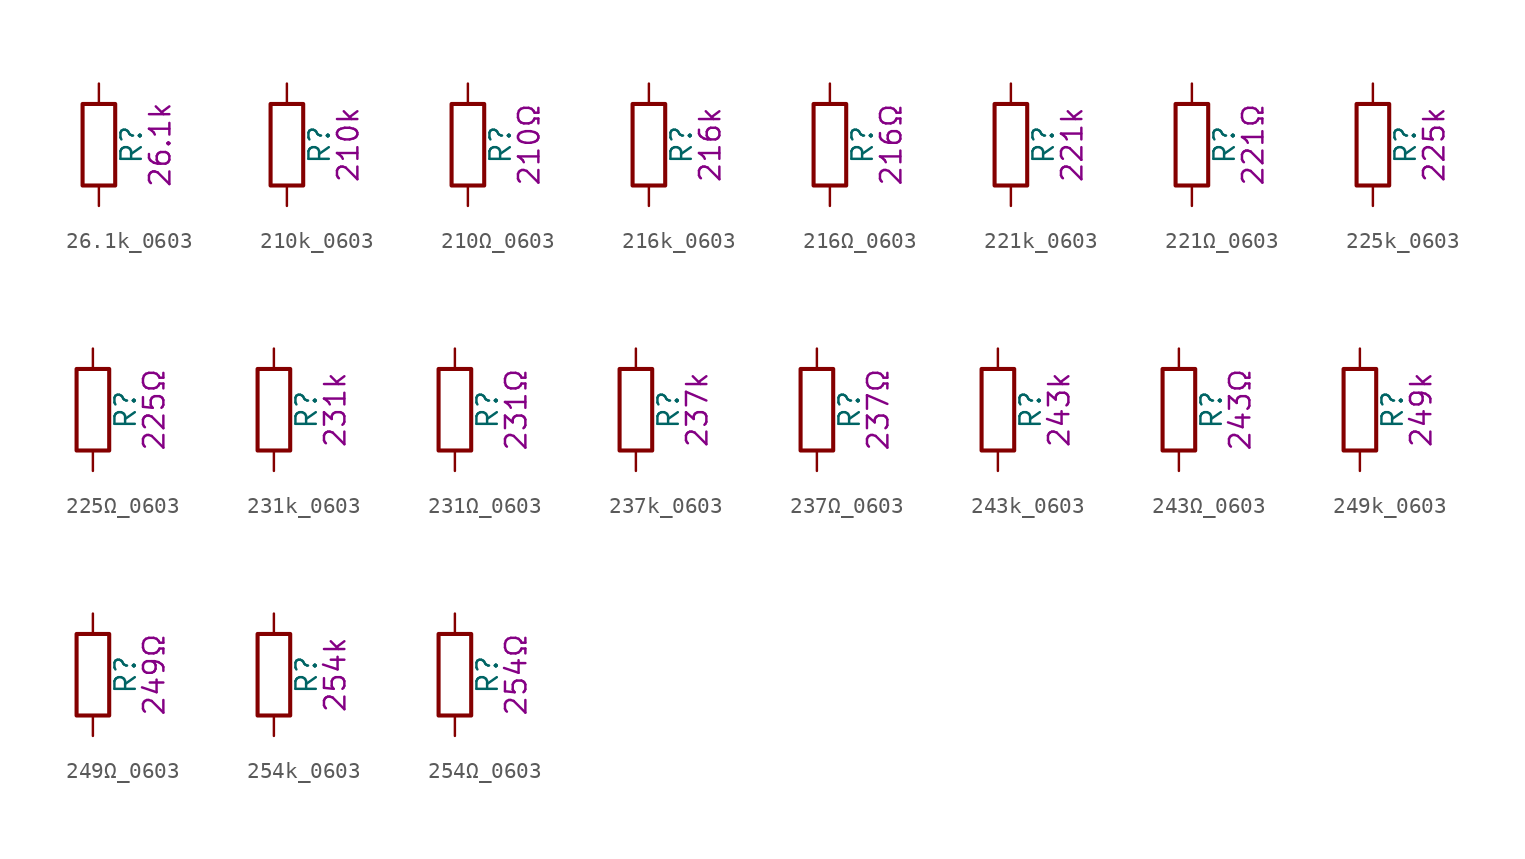
<source format=kicad_sym>
(kicad_symbol_lib
  (version 20211014)
  (generator kicad_symbol_editor)
  (symbol "26.1k_0603"
    (pin_numbers hide)
    (pin_names
      (offset 0))
    (property "Reference" "R"
      (at 2.032 0 90)
      (effects (font (size 1.27 1.27))))
    (property "Display" "26.1k"
      (at 3.81 0 90)
      (effects (font (size 1.27 1.27))))
    (symbol "26.1k_0603_0_1"
      (rectangle (start -1.016 -2.54) (end 1.016 2.54) (stroke (width 0.254) (type default) (color 0 0 0 0)) (fill (type none))))
    (symbol "26.1k_0603_1_1"
      (pin passive line (at 0 3.81 270) (length 1.27) (name "~" (effects (font (size 1.27 1.27)))) (number "1" (effects (font (size 1.27 1.27)))))
      (pin passive line (at 0 -3.81 90) (length 1.27) (name "~" (effects (font (size 1.27 1.27)))) (number "2" (effects (font (size 1.27 1.27)))))))
  (symbol "210k_0603"
    (pin_numbers hide)
    (pin_names
      (offset 0))
    (property "Reference" "R"
      (at 2.032 0 90)
      (effects (font (size 1.27 1.27))))
    (property "Display" "210k"
      (at 3.81 0 90)
      (effects (font (size 1.27 1.27))))
    (symbol "210k_0603_0_1"
      (rectangle (start -1.016 -2.54) (end 1.016 2.54) (stroke (width 0.254) (type default) (color 0 0 0 0)) (fill (type none))))
    (symbol "210k_0603_1_1"
      (pin passive line (at 0 3.81 270) (length 1.27) (name "~" (effects (font (size 1.27 1.27)))) (number "1" (effects (font (size 1.27 1.27)))))
      (pin passive line (at 0 -3.81 90) (length 1.27) (name "~" (effects (font (size 1.27 1.27)))) (number "2" (effects (font (size 1.27 1.27)))))))
  (symbol "210Ω_0603"
    (pin_numbers hide)
    (pin_names
      (offset 0))
    (property "Reference" "R"
      (at 2.032 0 90)
      (effects (font (size 1.27 1.27))))
    (property "Display" "210Ω"
      (at 3.81 0 90)
      (effects (font (size 1.27 1.27))))
    (symbol "210Ω_0603_0_1"
      (rectangle (start -1.016 -2.54) (end 1.016 2.54) (stroke (width 0.254) (type default) (color 0 0 0 0)) (fill (type none))))
    (symbol "210Ω_0603_1_1"
      (pin passive line (at 0 3.81 270) (length 1.27) (name "~" (effects (font (size 1.27 1.27)))) (number "1" (effects (font (size 1.27 1.27)))))
      (pin passive line (at 0 -3.81 90) (length 1.27) (name "~" (effects (font (size 1.27 1.27)))) (number "2" (effects (font (size 1.27 1.27)))))))
  (symbol "216k_0603"
    (pin_numbers hide)
    (pin_names
      (offset 0))
    (property "Reference" "R"
      (at 2.032 0 90)
      (effects (font (size 1.27 1.27))))
    (property "Display" "216k"
      (at 3.81 0 90)
      (effects (font (size 1.27 1.27))))
    (symbol "216k_0603_0_1"
      (rectangle (start -1.016 -2.54) (end 1.016 2.54) (stroke (width 0.254) (type default) (color 0 0 0 0)) (fill (type none))))
    (symbol "216k_0603_1_1"
      (pin passive line (at 0 3.81 270) (length 1.27) (name "~" (effects (font (size 1.27 1.27)))) (number "1" (effects (font (size 1.27 1.27)))))
      (pin passive line (at 0 -3.81 90) (length 1.27) (name "~" (effects (font (size 1.27 1.27)))) (number "2" (effects (font (size 1.27 1.27)))))))
  (symbol "216Ω_0603"
    (pin_numbers hide)
    (pin_names
      (offset 0))
    (property "Reference" "R"
      (at 2.032 0 90)
      (effects (font (size 1.27 1.27))))
    (property "Display" "216Ω"
      (at 3.81 0 90)
      (effects (font (size 1.27 1.27))))
    (symbol "216Ω_0603_0_1"
      (rectangle (start -1.016 -2.54) (end 1.016 2.54) (stroke (width 0.254) (type default) (color 0 0 0 0)) (fill (type none))))
    (symbol "216Ω_0603_1_1"
      (pin passive line (at 0 3.81 270) (length 1.27) (name "~" (effects (font (size 1.27 1.27)))) (number "1" (effects (font (size 1.27 1.27)))))
      (pin passive line (at 0 -3.81 90) (length 1.27) (name "~" (effects (font (size 1.27 1.27)))) (number "2" (effects (font (size 1.27 1.27)))))))
  (symbol "221k_0603"
    (pin_numbers hide)
    (pin_names
      (offset 0))
    (property "Reference" "R"
      (at 2.032 0 90)
      (effects (font (size 1.27 1.27))))
    (property "Display" "221k"
      (at 3.81 0 90)
      (effects (font (size 1.27 1.27))))
    (symbol "221k_0603_0_1"
      (rectangle (start -1.016 -2.54) (end 1.016 2.54) (stroke (width 0.254) (type default) (color 0 0 0 0)) (fill (type none))))
    (symbol "221k_0603_1_1"
      (pin passive line (at 0 3.81 270) (length 1.27) (name "~" (effects (font (size 1.27 1.27)))) (number "1" (effects (font (size 1.27 1.27)))))
      (pin passive line (at 0 -3.81 90) (length 1.27) (name "~" (effects (font (size 1.27 1.27)))) (number "2" (effects (font (size 1.27 1.27)))))))
  (symbol "221Ω_0603"
    (pin_numbers hide)
    (pin_names
      (offset 0))
    (property "Reference" "R"
      (at 2.032 0 90)
      (effects (font (size 1.27 1.27))))
    (property "Display" "221Ω"
      (at 3.81 0 90)
      (effects (font (size 1.27 1.27))))
    (symbol "221Ω_0603_0_1"
      (rectangle (start -1.016 -2.54) (end 1.016 2.54) (stroke (width 0.254) (type default) (color 0 0 0 0)) (fill (type none))))
    (symbol "221Ω_0603_1_1"
      (pin passive line (at 0 3.81 270) (length 1.27) (name "~" (effects (font (size 1.27 1.27)))) (number "1" (effects (font (size 1.27 1.27)))))
      (pin passive line (at 0 -3.81 90) (length 1.27) (name "~" (effects (font (size 1.27 1.27)))) (number "2" (effects (font (size 1.27 1.27)))))))
  (symbol "225k_0603"
    (pin_numbers hide)
    (pin_names
      (offset 0))
    (property "Reference" "R"
      (at 2.032 0 90)
      (effects (font (size 1.27 1.27))))
    (property "Display" "225k"
      (at 3.81 0 90)
      (effects (font (size 1.27 1.27))))
    (symbol "225k_0603_0_1"
      (rectangle (start -1.016 -2.54) (end 1.016 2.54) (stroke (width 0.254) (type default) (color 0 0 0 0)) (fill (type none))))
    (symbol "225k_0603_1_1"
      (pin passive line (at 0 3.81 270) (length 1.27) (name "~" (effects (font (size 1.27 1.27)))) (number "1" (effects (font (size 1.27 1.27)))))
      (pin passive line (at 0 -3.81 90) (length 1.27) (name "~" (effects (font (size 1.27 1.27)))) (number "2" (effects (font (size 1.27 1.27)))))))
  (symbol "225Ω_0603"
    (pin_numbers hide)
    (pin_names
      (offset 0))
    (property "Reference" "R"
      (at 2.032 0 90)
      (effects (font (size 1.27 1.27))))
    (property "Display" "225Ω"
      (at 3.81 0 90)
      (effects (font (size 1.27 1.27))))
    (symbol "225Ω_0603_0_1"
      (rectangle (start -1.016 -2.54) (end 1.016 2.54) (stroke (width 0.254) (type default) (color 0 0 0 0)) (fill (type none))))
    (symbol "225Ω_0603_1_1"
      (pin passive line (at 0 3.81 270) (length 1.27) (name "~" (effects (font (size 1.27 1.27)))) (number "1" (effects (font (size 1.27 1.27)))))
      (pin passive line (at 0 -3.81 90) (length 1.27) (name "~" (effects (font (size 1.27 1.27)))) (number "2" (effects (font (size 1.27 1.27)))))))
  (symbol "231k_0603"
    (pin_numbers hide)
    (pin_names
      (offset 0))
    (property "Reference" "R"
      (at 2.032 0 90)
      (effects (font (size 1.27 1.27))))
    (property "Display" "231k"
      (at 3.81 0 90)
      (effects (font (size 1.27 1.27))))
    (symbol "231k_0603_0_1"
      (rectangle (start -1.016 -2.54) (end 1.016 2.54) (stroke (width 0.254) (type default) (color 0 0 0 0)) (fill (type none))))
    (symbol "231k_0603_1_1"
      (pin passive line (at 0 3.81 270) (length 1.27) (name "~" (effects (font (size 1.27 1.27)))) (number "1" (effects (font (size 1.27 1.27)))))
      (pin passive line (at 0 -3.81 90) (length 1.27) (name "~" (effects (font (size 1.27 1.27)))) (number "2" (effects (font (size 1.27 1.27)))))))
  (symbol "231Ω_0603"
    (pin_numbers hide)
    (pin_names
      (offset 0))
    (property "Reference" "R"
      (at 2.032 0 90)
      (effects (font (size 1.27 1.27))))
    (property "Display" "231Ω"
      (at 3.81 0 90)
      (effects (font (size 1.27 1.27))))
    (symbol "231Ω_0603_0_1"
      (rectangle (start -1.016 -2.54) (end 1.016 2.54) (stroke (width 0.254) (type default) (color 0 0 0 0)) (fill (type none))))
    (symbol "231Ω_0603_1_1"
      (pin passive line (at 0 3.81 270) (length 1.27) (name "~" (effects (font (size 1.27 1.27)))) (number "1" (effects (font (size 1.27 1.27)))))
      (pin passive line (at 0 -3.81 90) (length 1.27) (name "~" (effects (font (size 1.27 1.27)))) (number "2" (effects (font (size 1.27 1.27)))))))
  (symbol "237k_0603"
    (pin_numbers hide)
    (pin_names
      (offset 0))
    (property "Reference" "R"
      (at 2.032 0 90)
      (effects (font (size 1.27 1.27))))
    (property "Display" "237k"
      (at 3.81 0 90)
      (effects (font (size 1.27 1.27))))
    (symbol "237k_0603_0_1"
      (rectangle (start -1.016 -2.54) (end 1.016 2.54) (stroke (width 0.254) (type default) (color 0 0 0 0)) (fill (type none))))
    (symbol "237k_0603_1_1"
      (pin passive line (at 0 3.81 270) (length 1.27) (name "~" (effects (font (size 1.27 1.27)))) (number "1" (effects (font (size 1.27 1.27)))))
      (pin passive line (at 0 -3.81 90) (length 1.27) (name "~" (effects (font (size 1.27 1.27)))) (number "2" (effects (font (size 1.27 1.27)))))))
  (symbol "237Ω_0603"
    (pin_numbers hide)
    (pin_names
      (offset 0))
    (property "Reference" "R"
      (at 2.032 0 90)
      (effects (font (size 1.27 1.27))))
    (property "Display" "237Ω"
      (at 3.81 0 90)
      (effects (font (size 1.27 1.27))))
    (symbol "237Ω_0603_0_1"
      (rectangle (start -1.016 -2.54) (end 1.016 2.54) (stroke (width 0.254) (type default) (color 0 0 0 0)) (fill (type none))))
    (symbol "237Ω_0603_1_1"
      (pin passive line (at 0 3.81 270) (length 1.27) (name "~" (effects (font (size 1.27 1.27)))) (number "1" (effects (font (size 1.27 1.27)))))
      (pin passive line (at 0 -3.81 90) (length 1.27) (name "~" (effects (font (size 1.27 1.27)))) (number "2" (effects (font (size 1.27 1.27)))))))
  (symbol "243k_0603"
    (pin_numbers hide)
    (pin_names
      (offset 0))
    (property "Reference" "R"
      (at 2.032 0 90)
      (effects (font (size 1.27 1.27))))
    (property "Display" "243k"
      (at 3.81 0 90)
      (effects (font (size 1.27 1.27))))
    (symbol "243k_0603_0_1"
      (rectangle (start -1.016 -2.54) (end 1.016 2.54) (stroke (width 0.254) (type default) (color 0 0 0 0)) (fill (type none))))
    (symbol "243k_0603_1_1"
      (pin passive line (at 0 3.81 270) (length 1.27) (name "~" (effects (font (size 1.27 1.27)))) (number "1" (effects (font (size 1.27 1.27)))))
      (pin passive line (at 0 -3.81 90) (length 1.27) (name "~" (effects (font (size 1.27 1.27)))) (number "2" (effects (font (size 1.27 1.27)))))))
  (symbol "243Ω_0603"
    (pin_numbers hide)
    (pin_names
      (offset 0))
    (property "Reference" "R"
      (at 2.032 0 90)
      (effects (font (size 1.27 1.27))))
    (property "Display" "243Ω"
      (at 3.81 0 90)
      (effects (font (size 1.27 1.27))))
    (symbol "243Ω_0603_0_1"
      (rectangle (start -1.016 -2.54) (end 1.016 2.54) (stroke (width 0.254) (type default) (color 0 0 0 0)) (fill (type none))))
    (symbol "243Ω_0603_1_1"
      (pin passive line (at 0 3.81 270) (length 1.27) (name "~" (effects (font (size 1.27 1.27)))) (number "1" (effects (font (size 1.27 1.27)))))
      (pin passive line (at 0 -3.81 90) (length 1.27) (name "~" (effects (font (size 1.27 1.27)))) (number "2" (effects (font (size 1.27 1.27)))))))
  (symbol "249k_0603"
    (pin_numbers hide)
    (pin_names
      (offset 0))
    (property "Reference" "R"
      (at 2.032 0 90)
      (effects (font (size 1.27 1.27))))
    (property "Display" "249k"
      (at 3.81 0 90)
      (effects (font (size 1.27 1.27))))
    (symbol "249k_0603_0_1"
      (rectangle (start -1.016 -2.54) (end 1.016 2.54) (stroke (width 0.254) (type default) (color 0 0 0 0)) (fill (type none))))
    (symbol "249k_0603_1_1"
      (pin passive line (at 0 3.81 270) (length 1.27) (name "~" (effects (font (size 1.27 1.27)))) (number "1" (effects (font (size 1.27 1.27)))))
      (pin passive line (at 0 -3.81 90) (length 1.27) (name "~" (effects (font (size 1.27 1.27)))) (number "2" (effects (font (size 1.27 1.27)))))))
  (symbol "249Ω_0603"
    (pin_numbers hide)
    (pin_names
      (offset 0))
    (property "Reference" "R"
      (at 2.032 0 90)
      (effects (font (size 1.27 1.27))))
    (property "Display" "249Ω"
      (at 3.81 0 90)
      (effects (font (size 1.27 1.27))))
    (symbol "249Ω_0603_0_1"
      (rectangle (start -1.016 -2.54) (end 1.016 2.54) (stroke (width 0.254) (type default) (color 0 0 0 0)) (fill (type none))))
    (symbol "249Ω_0603_1_1"
      (pin passive line (at 0 3.81 270) (length 1.27) (name "~" (effects (font (size 1.27 1.27)))) (number "1" (effects (font (size 1.27 1.27)))))
      (pin passive line (at 0 -3.81 90) (length 1.27) (name "~" (effects (font (size 1.27 1.27)))) (number "2" (effects (font (size 1.27 1.27)))))))
  (symbol "254k_0603"
    (pin_numbers hide)
    (pin_names
      (offset 0))
    (property "Reference" "R"
      (at 2.032 0 90)
      (effects (font (size 1.27 1.27))))
    (property "Display" "254k"
      (at 3.81 0 90)
      (effects (font (size 1.27 1.27))))
    (symbol "254k_0603_0_1"
      (rectangle (start -1.016 -2.54) (end 1.016 2.54) (stroke (width 0.254) (type default) (color 0 0 0 0)) (fill (type none))))
    (symbol "254k_0603_1_1"
      (pin passive line (at 0 3.81 270) (length 1.27) (name "~" (effects (font (size 1.27 1.27)))) (number "1" (effects (font (size 1.27 1.27)))))
      (pin passive line (at 0 -3.81 90) (length 1.27) (name "~" (effects (font (size 1.27 1.27)))) (number "2" (effects (font (size 1.27 1.27)))))))
  (symbol "254Ω_0603"
    (pin_numbers hide)
    (pin_names
      (offset 0))
    (property "Reference" "R"
      (at 2.032 0 90)
      (effects (font (size 1.27 1.27))))
    (property "Display" "254Ω"
      (at 3.81 0 90)
      (effects (font (size 1.27 1.27))))
    (symbol "254Ω_0603_0_1"
      (rectangle (start -1.016 -2.54) (end 1.016 2.54) (stroke (width 0.254) (type default) (color 0 0 0 0)) (fill (type none))))
    (symbol "254Ω_0603_1_1"
      (pin passive line (at 0 3.81 270) (length 1.27) (name "~" (effects (font (size 1.27 1.27)))) (number "1" (effects (font (size 1.27 1.27)))))
      (pin passive line (at 0 -3.81 90) (length 1.27) (name "~" (effects (font (size 1.27 1.27)))) (number "2" (effects (font (size 1.27 1.27))))))))
</source>
